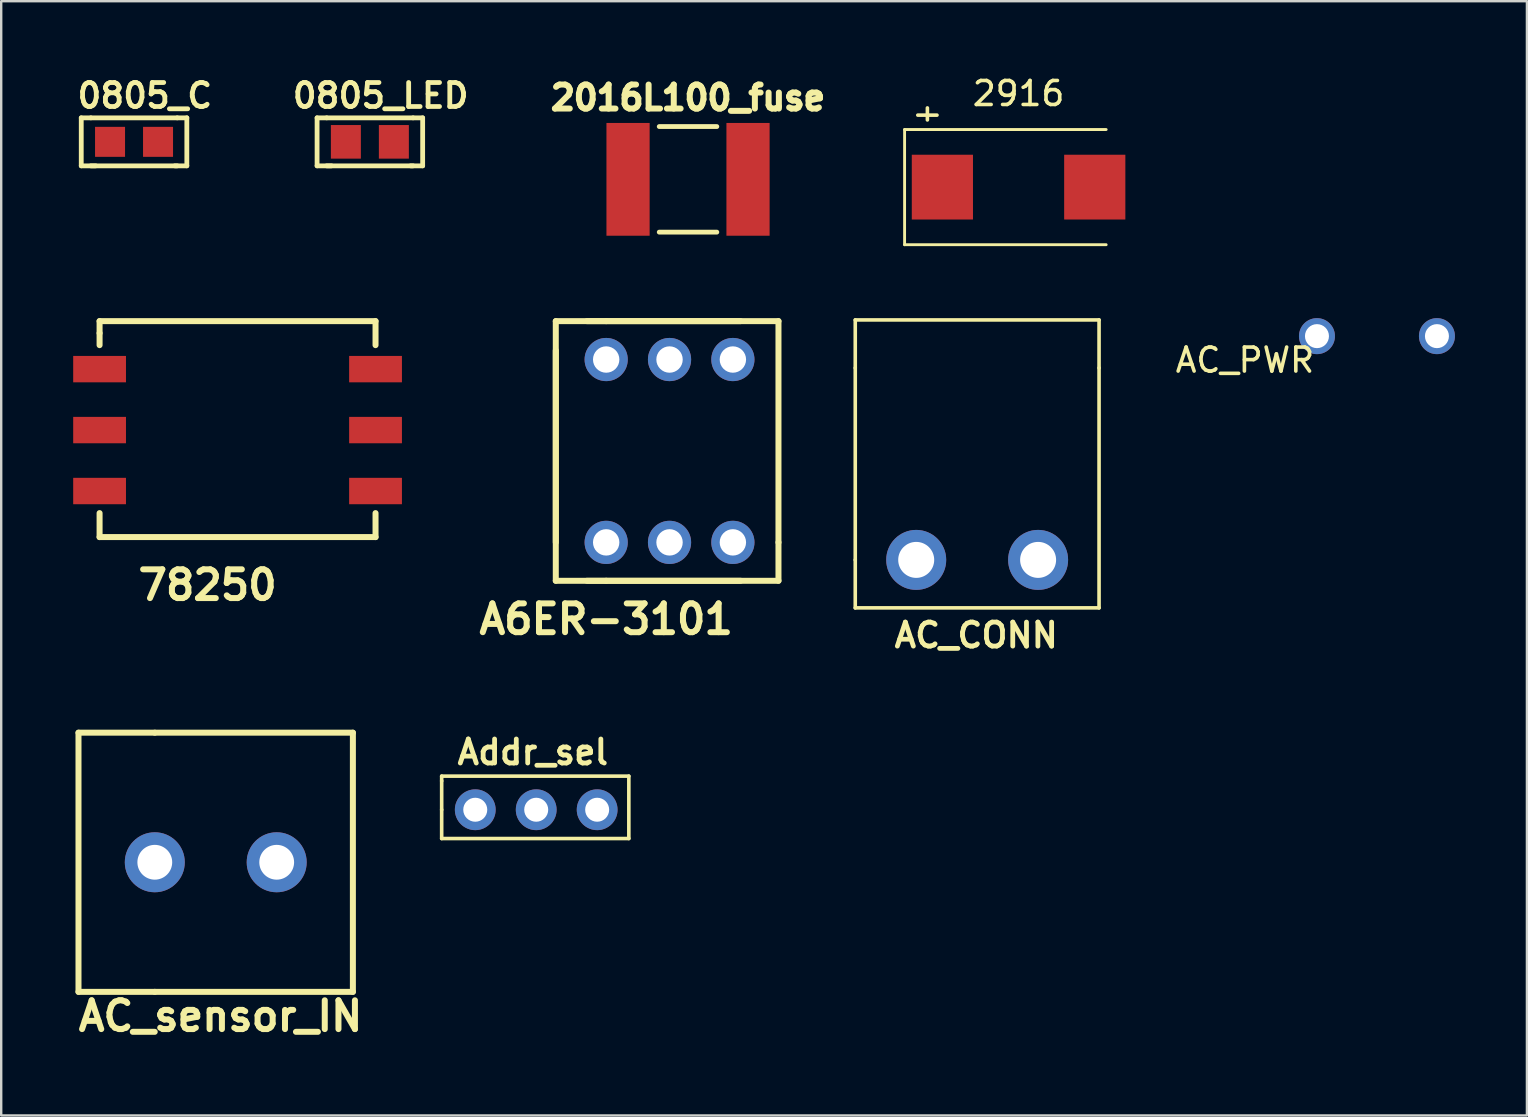
<source format=kicad_pcb>
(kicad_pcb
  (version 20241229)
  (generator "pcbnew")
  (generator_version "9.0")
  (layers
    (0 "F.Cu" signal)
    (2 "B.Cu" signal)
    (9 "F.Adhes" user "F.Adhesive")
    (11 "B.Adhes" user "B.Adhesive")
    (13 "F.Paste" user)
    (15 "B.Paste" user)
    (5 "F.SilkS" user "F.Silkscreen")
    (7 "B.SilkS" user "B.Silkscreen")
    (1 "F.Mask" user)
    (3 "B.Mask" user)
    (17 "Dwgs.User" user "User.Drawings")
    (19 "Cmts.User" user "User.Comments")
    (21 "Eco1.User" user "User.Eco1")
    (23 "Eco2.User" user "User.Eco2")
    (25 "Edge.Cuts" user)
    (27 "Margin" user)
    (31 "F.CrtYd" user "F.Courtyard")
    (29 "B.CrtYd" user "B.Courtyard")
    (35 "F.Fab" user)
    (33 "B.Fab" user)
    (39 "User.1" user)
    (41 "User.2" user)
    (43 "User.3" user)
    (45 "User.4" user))
  (footprint "Addr_sel"
    (layer "F.Cu")
    (at 16.756 30.695)
    (property "Reference" "Addr_sel" (at 2.4 -2.4 0) (layer "F.SilkS") (effects (font (size 1 1) (thickness 0.2))))
    (attr through_hole)
    (fp_line (start -1.4 -1.4) (end 6.4 -1.4) (stroke (width 0.15) (type solid)) (layer "F.SilkS"))
    (fp_line (start -1.4 -1.2) (end -1.4 -1.4) (stroke (width 0.15) (type solid)) (layer "F.SilkS"))
    (fp_line (start -1.4 0) (end -1.4 -1.2) (stroke (width 0.15) (type solid)) (layer "F.SilkS"))
    (fp_line (start -1.4 1.2) (end -1.4 0) (stroke (width 0.15) (type solid)) (layer "F.SilkS"))
    (fp_line (start 6.4 -1.4) (end 6.4 1.2) (stroke (width 0.15) (type solid)) (layer "F.SilkS"))
    (fp_line (start 6.4 1.2) (end -1.4 1.2) (stroke (width 0.15) (type solid)) (layer "F.SilkS"))
    (pad "1" thru_hole circle (at 0 0) (size 1.7 1.7) (drill 1) (layers "*.Cu" "*.Mask"))
    (pad "2" thru_hole circle (at 2.54 0) (size 1.7 1.7) (drill 1) (layers "*.Cu" "*.Mask"))
    (pad "3" thru_hole circle (at 5.08 0) (size 1.7 1.7) (drill 1) (layers "*.Cu" "*.Mask")))
  (footprint "AC_CONN"
    (layer "F.Cu")
    (at 35.132 20.283)
    (property "Reference" "AC_CONN" (at 2.5 3.14 0) (layer "F.SilkS") (effects (font (size 1 1) (thickness 0.2))))
    (attr through_hole)
    (fp_line (start -2.54 -10) (end 7.62 -10) (stroke (width 0.15) (type solid)) (layer "F.SilkS"))
    (fp_line (start -2.54 -8) (end -2.54 -10) (stroke (width 0.15) (type solid)) (layer "F.SilkS"))
    (fp_line (start -2.54 0) (end -2.54 -8) (stroke (width 0.15) (type solid)) (layer "F.SilkS"))
    (fp_line (start -2.54 2) (end -2.54 0) (stroke (width 0.15) (type solid)) (layer "F.SilkS"))
    (fp_line (start 7.62 -10) (end 7.62 -8) (stroke (width 0.15) (type solid)) (layer "F.SilkS"))
    (fp_line (start 7.62 -8) (end 7.62 2) (stroke (width 0.15) (type solid)) (layer "F.SilkS"))
    (fp_line (start 7.62 2) (end -2.54 2) (stroke (width 0.15) (type solid)) (layer "F.SilkS"))
    (pad "1" thru_hole circle (at 0 0) (size 2.5 2.5) (drill 1.5) (layers "*.Cu" "*.Mask"))
    (pad "2" thru_hole circle (at 5.08 0) (size 2.5 2.5) (drill 1.5) (layers "*.Cu" "*.Mask")))
  (footprint "2016L100_fuse"
    (layer "F.Cu")
    (at 25.623 4.424)
    (property "Reference" "2016L100_fuse" (at 0 -3.4 0) (layer "F.SilkS") (effects (font (size 1 1) (thickness 0.25))))
    (attr through_hole)
    (fp_line (start -1.2 -2.2) (end 1.2 -2.2) (stroke (width 0.2) (type solid)) (layer "F.SilkS"))
    (fp_line (start -1.2 2.2) (end 1.2 2.2) (stroke (width 0.2) (type solid)) (layer "F.SilkS"))
    (pad "1" smd rect (at -2.5 0) (size 1.8 4.7) (layers "F.Cu" "F.Mask" "F.Paste"))
    (pad "2" smd rect (at 2.5 0) (size 1.8 4.7) (layers "F.Cu" "F.Mask" "F.Paste")))
  (footprint "2916"
    (layer "F.Cu")
    (at 39.398 4.748)
    (property "Reference" "2916" (at 0 -3.9 0) (layer "F.SilkS") (effects (font (size 1 1) (thickness 0.15))))
    (attr smd)
    (fp_line (start -4.75 -2.4) (end -4.75 2.4) (stroke (width 0.12) (type solid)) (layer "F.SilkS"))
    (fp_line (start -4.75 -2.4) (end 3.65 -2.4) (stroke (width 0.12) (type solid)) (layer "F.SilkS"))
    (fp_line (start -4.75 2.4) (end 3.65 2.4) (stroke (width 0.12) (type solid)) (layer "F.SilkS"))
    (fp_line (start -4.2 -3) (end -3.4 -3) (stroke (width 0.15) (type solid)) (layer "F.SilkS"))
    (fp_line (start -3.8 -3.3) (end -3.8 -2.8) (stroke (width 0.15) (type solid)) (layer "F.SilkS"))
    (pad "1" smd rect (at -3.175 0) (size 2.55 2.7) (layers "F.Cu" "F.Mask" "F.Paste"))
    (pad "2" smd rect (at 3.175 0) (size 2.55 2.7) (layers "F.Cu" "F.Mask" "F.Paste")))
  (footprint "AC_PWR"
    (layer "F.Cu")
    (at 51.833 10.958)
    (property "Reference" "AC_PWR" (at -3 1 0) (layer "F.SilkS") (effects (font (size 1 1) (thickness 0.15))))
    (attr through_hole)
    (pad "1" thru_hole circle (at 0 0) (size 1.5 1.5) (drill 1) (layers "*.Cu" "*.Mask"))
    (pad "2" thru_hole circle (at 5 0) (size 1.5 1.5) (drill 1) (layers "*.Cu" "*.Mask")))
  (footprint "0805_C"
    (layer "F.Cu")
    (at 2.536 2.861)
    (property "Reference" "0805_C" (at 0.45 -1.925 0) (layer "F.SilkS") (effects (font (size 1 1) (thickness 0.2))))
    (attr smd)
    (fp_line (start -2.2 -1) (end -2.2 1) (stroke (width 0.2) (type solid)) (layer "F.SilkS"))
    (fp_line (start -2.2 1) (end -1.6 1) (stroke (width 0.2) (type solid)) (layer "F.SilkS"))
    (fp_line (start -1.8 -1) (end -2.2 -1) (stroke (width 0.2) (type solid)) (layer "F.SilkS"))
    (fp_line (start -1.8 -1) (end 1.8 -1) (stroke (width 0.2) (type solid)) (layer "F.SilkS"))
    (fp_line (start -1.8 1) (end 1.8 1) (stroke (width 0.2) (type solid)) (layer "F.SilkS"))
    (fp_line (start 1.8 -1) (end 2.2 -1) (stroke (width 0.2) (type solid)) (layer "F.SilkS"))
    (fp_line (start 2.2 -1) (end 2.2 1) (stroke (width 0.2) (type solid)) (layer "F.SilkS"))
    (fp_line (start 2.2 1) (end 1.7 1) (stroke (width 0.2) (type solid)) (layer "F.SilkS"))
    (pad "1" smd rect (at -1 0) (size 1.25 1.25) (layers "F.Cu" "F.Mask" "F.Paste"))
    (pad "2" smd rect (at 1 0) (size 1.25 1.25) (layers "F.Cu" "F.Mask" "F.Paste")))
  (footprint "AC_sensor_IN"
    (layer "F.Cu")
    (at 3.401 32.884)
    (property "Reference" "AC_sensor_IN" (at 2.74 6.41 0) (layer "F.SilkS") (effects (font (size 1.2 1.2) (thickness 0.25))))
    (attr through_hole)
    (fp_line (start -3.18 -5.4) (end -3.18 5.4) (stroke (width 0.25) (type solid)) (layer "F.SilkS"))
    (fp_line (start -3.18 5.4) (end 0 5.4) (stroke (width 0.25) (type solid)) (layer "F.SilkS"))
    (fp_line (start 0 -5.4) (end -3.18 -5.4) (stroke (width 0.25) (type solid)) (layer "F.SilkS"))
    (fp_line (start 0 -5.4) (end 8.255 -5.4) (stroke (width 0.25) (type solid)) (layer "F.SilkS"))
    (fp_line (start 8.255 -5.4) (end 8.255 5.4) (stroke (width 0.25) (type solid)) (layer "F.SilkS"))
    (fp_line (start 8.255 5.4) (end 0 5.4) (stroke (width 0.25) (type solid)) (layer "F.SilkS"))
    (pad "1" thru_hole circle (at 0 0) (size 2.5 2.5) (drill 1.45) (layers "*.Cu" "*.Mask"))
    (pad "2" thru_hole circle (at 5.08 0) (size 2.5 2.5) (drill 1.45) (layers "*.Cu" "*.Mask")))
  (footprint "0805_LED"
    (layer "F.Cu")
    (at 12.364 2.861)
    (property "Reference" "0805_LED" (at 0.45 -1.925 0) (layer "F.SilkS") (effects (font (size 1 1) (thickness 0.2))))
    (attr smd)
    (fp_line (start -2.2 -1) (end -2.2 1) (stroke (width 0.2) (type solid)) (layer "F.SilkS"))
    (fp_line (start -2.2 1) (end -1.6 1) (stroke (width 0.2) (type solid)) (layer "F.SilkS"))
    (fp_line (start -1.8 -1) (end -2.2 -1) (stroke (width 0.2) (type solid)) (layer "F.SilkS"))
    (fp_line (start -1.8 -1) (end 1.8 -1) (stroke (width 0.2) (type solid)) (layer "F.SilkS"))
    (fp_line (start -1.8 1) (end 1.8 1) (stroke (width 0.2) (type solid)) (layer "F.SilkS"))
    (fp_line (start 1.8 -1) (end 2.2 -1) (stroke (width 0.2) (type solid)) (layer "F.SilkS"))
    (fp_line (start 2.2 -1) (end 2.2 1) (stroke (width 0.2) (type solid)) (layer "F.SilkS"))
    (fp_line (start 2.2 1) (end 1.7 1) (stroke (width 0.2) (type solid)) (layer "F.SilkS"))
    (pad "1" smd rect (at -1 0) (size 1.25 1.4) (layers "F.Cu" "F.Mask" "F.Paste"))
    (pad "2" smd rect (at 1 0) (size 1.25 1.4) (layers "F.Cu" "F.Mask" "F.Paste")))
  (footprint "78250"
    (layer "F.Cu")
    (at 6.85 14.833)
    (property "Reference" "78250" (at -1.25 6.5 0) (layer "F.SilkS") (effects (font (size 1.2 1.2) (thickness 0.25))))
    (attr through_hole)
    (fp_line (start -5.75 -4.5) (end 5.75 -4.5) (stroke (width 0.25) (type solid)) (layer "F.SilkS"))
    (fp_line (start -5.75 -4) (end -5.75 -4.5) (stroke (width 0.25) (type solid)) (layer "F.SilkS"))
    (fp_line (start -5.75 -4) (end -5.75 -3.5) (stroke (width 0.25) (type solid)) (layer "F.SilkS"))
    (fp_line (start -5.75 3.5) (end -5.75 4.5) (stroke (width 0.25) (type solid)) (layer "F.SilkS"))
    (fp_line (start -5.75 4.5) (end 5.75 4.5) (stroke (width 0.25) (type solid)) (layer "F.SilkS"))
    (fp_line (start 5.75 -4.5) (end 5.75 -3.5) (stroke (width 0.25) (type solid)) (layer "F.SilkS"))
    (fp_line (start 5.75 4.5) (end 5.75 3.5) (stroke (width 0.25) (type solid)) (layer "F.SilkS"))
    (pad "1" smd rect (at -5.75 -2.5) (size 2.2 1.1) (layers "F.Cu" "F.Mask" "F.Paste"))
    (pad "2" smd rect (at -5.75 0.04) (size 2.2 1.1) (layers "F.Cu" "F.Mask" "F.Paste"))
    (pad "3" smd rect (at -5.75 2.58) (size 2.2 1.1) (layers "F.Cu" "F.Mask" "F.Paste"))
    (pad "4" smd rect (at 5.75 2.58) (size 2.2 1.1) (layers "F.Cu" "F.Mask" "F.Paste"))
    (pad "5" smd rect (at 5.75 0.04) (size 2.2 1.1) (layers "F.Cu" "F.Mask" "F.Paste"))
    (pad "6" smd rect (at 5.75 -2.5) (size 2.2 1.1) (layers "F.Cu" "F.Mask" "F.Paste")))
  (footprint "A6ER-3101"
    (layer "F.Cu")
    (at 22.212 19.553)
    (property "Reference" "A6ER-3101" (at 0 3.2 0) (layer "F.SilkS") (effects (font (size 1.2 1.2) (thickness 0.25))))
    (attr through_hole)
    (fp_line (start -2.1 -8) (end -2.1 1.6) (stroke (width 0.25) (type solid)) (layer "F.SilkS"))
    (fp_line (start -2.1 0) (end -2.1 -9.22) (stroke (width 0.25) (type solid)) (layer "F.SilkS"))
    (fp_line (start -2.1 1.6) (end 0 1.6) (stroke (width 0.25) (type solid)) (layer "F.SilkS"))
    (fp_line (start -0.8 -9.22) (end 5.6 -9.22) (stroke (width 0.25) (type solid)) (layer "F.SilkS"))
    (fp_line (start -0.8 1.6) (end 5.6 1.6) (stroke (width 0.25) (type solid)) (layer "F.SilkS"))
    (fp_line (start 0 -9.22) (end -2.1 -9.22) (stroke (width 0.25) (type solid)) (layer "F.SilkS"))
    (fp_line (start 7.18 -9.22) (end 0 -9.22) (stroke (width 0.25) (type solid)) (layer "F.SilkS"))
    (fp_line (start 7.18 -9.22) (end 7.18 0) (stroke (width 0.25) (type solid)) (layer "F.SilkS"))
    (fp_line (start 7.18 0) (end 7.18 1.6) (stroke (width 0.25) (type solid)) (layer "F.SilkS"))
    (fp_line (start 7.18 1.6) (end 0 1.6) (stroke (width 0.25) (type solid)) (layer "F.SilkS"))
    (pad "1" thru_hole circle (at 0 0) (size 1.8 1.8) (drill 1.1) (layers "*.Cu" "*.Mask"))
    (pad "2" thru_hole circle (at 2.64 0) (size 1.8 1.8) (drill 1.1) (layers "*.Cu" "*.Mask"))
    (pad "3" thru_hole circle (at 5.28 0) (size 1.8 1.8) (drill 1.1) (layers "*.Cu" "*.Mask"))
    (pad "4" thru_hole circle (at 5.28 -7.62) (size 1.8 1.8) (drill 1.1) (layers "*.Cu" "*.Mask"))
    (pad "5" thru_hole circle (at 2.64 -7.62) (size 1.8 1.8) (drill 1.1) (layers "*.Cu" "*.Mask"))
    (pad "6" thru_hole circle (at 0 -7.62) (size 1.8 1.8) (drill 1.1) (layers "*.Cu" "*.Mask")))
  (gr_rect
    (start -3 -3)
    (end 60.583 43.435)
    (stroke (width 0.1) (type default))
    (fill no)
    (layer "Edge.Cuts")))
</source>
